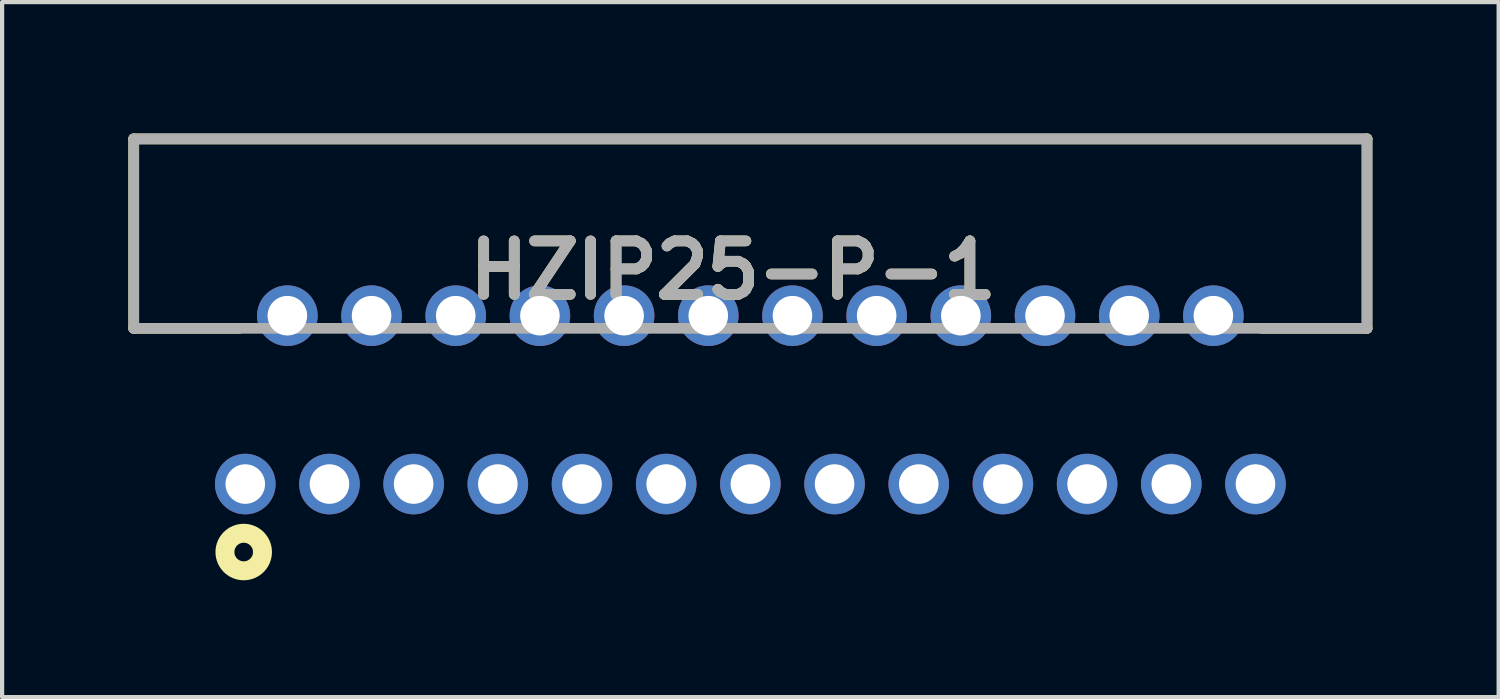
<source format=kicad_pcb>
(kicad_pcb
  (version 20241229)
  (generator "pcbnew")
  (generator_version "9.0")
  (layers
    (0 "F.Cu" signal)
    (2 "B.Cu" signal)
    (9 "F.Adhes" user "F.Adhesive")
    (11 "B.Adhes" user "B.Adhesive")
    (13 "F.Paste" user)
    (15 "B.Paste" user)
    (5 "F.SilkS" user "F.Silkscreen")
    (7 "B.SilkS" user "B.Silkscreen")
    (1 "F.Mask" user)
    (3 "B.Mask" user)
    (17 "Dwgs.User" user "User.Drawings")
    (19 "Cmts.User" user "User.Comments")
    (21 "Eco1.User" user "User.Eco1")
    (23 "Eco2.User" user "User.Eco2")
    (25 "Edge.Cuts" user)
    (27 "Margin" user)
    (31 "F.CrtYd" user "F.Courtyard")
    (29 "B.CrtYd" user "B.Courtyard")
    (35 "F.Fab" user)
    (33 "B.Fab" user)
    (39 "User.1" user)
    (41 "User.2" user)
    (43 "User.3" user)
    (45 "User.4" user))
  (footprint "HZIP25-P-1"
    (layer "F.Cu")
    (at 14.777 0.25)
    (property "Reference" "HZIP25-P-1" (at -0.409 3.119 0) (layer "F.SilkS") (effects (font (size 1.27 1.27) (thickness 0.254))))
    (attr through_hole)
    (fp_line (start -14.65 0) (end 14.65 0) (stroke (width 0.254) (type solid)) (layer "F.SilkS"))
    (fp_line (start -14.65 4.5) (end -14.65 0) (stroke (width 0.254) (type solid)) (layer "F.SilkS"))
    (fp_line (start -14.65 4.5) (end -12.141 4.5) (stroke (width 0.254) (type solid)) (layer "F.SilkS"))
    (fp_line (start 14.65 0) (end 14.65 4.5) (stroke (width 0.254) (type solid)) (layer "F.SilkS"))
    (fp_line (start 14.65 4.5) (end 12.141 4.5) (stroke (width 0.254) (type solid)) (layer "F.SilkS"))
    (fp_circle (center -12.037 9.815) (end -12.037 10.036) (stroke (width 0.45) (type solid)) (fill no) (layer "F.SilkS"))
    (fp_line (start -14.65 0) (end 14.65 0) (stroke (width 0.254) (type solid)) (layer "F.Fab"))
    (fp_line (start -14.65 4.5) (end -14.65 0) (stroke (width 0.254) (type solid)) (layer "F.Fab"))
    (fp_line (start 14.65 0) (end 14.65 4.5) (stroke (width 0.254) (type solid)) (layer "F.Fab"))
    (fp_line (start 14.65 4.5) (end -14.65 4.5) (stroke (width 0.254) (type solid)) (layer "F.Fab"))
    (fp_text user "${REFERENCE}" (at -0.409 3.119 0) (layer "F.Fab") (effects (font (size 1.27 1.27) (thickness 0.254))))
    (pad "1" thru_hole circle (at -12 8.2) (size 1.44 1.44) (drill 0.94) (layers "*.Cu" "*.Mask"))
    (pad "2" thru_hole circle (at -11 4.2) (size 1.44 1.44) (drill 0.94) (layers "*.Cu" "*.Mask"))
    (pad "3" thru_hole circle (at -10 8.2) (size 1.44 1.44) (drill 0.94) (layers "*.Cu" "*.Mask"))
    (pad "4" thru_hole circle (at -9 4.2) (size 1.44 1.44) (drill 0.94) (layers "*.Cu" "*.Mask"))
    (pad "5" thru_hole circle (at -8 8.2) (size 1.44 1.44) (drill 0.94) (layers "*.Cu" "*.Mask"))
    (pad "6" thru_hole circle (at -7 4.2) (size 1.44 1.44) (drill 0.94) (layers "*.Cu" "*.Mask"))
    (pad "7" thru_hole circle (at -6 8.2) (size 1.44 1.44) (drill 0.94) (layers "*.Cu" "*.Mask"))
    (pad "8" thru_hole circle (at -5 4.2) (size 1.44 1.44) (drill 0.94) (layers "*.Cu" "*.Mask"))
    (pad "9" thru_hole circle (at -4 8.2) (size 1.44 1.44) (drill 0.94) (layers "*.Cu" "*.Mask"))
    (pad "10" thru_hole circle (at -3 4.2) (size 1.44 1.44) (drill 0.94) (layers "*.Cu" "*.Mask"))
    (pad "11" thru_hole circle (at -2 8.2) (size 1.44 1.44) (drill 0.94) (layers "*.Cu" "*.Mask"))
    (pad "12" thru_hole circle (at -1 4.2) (size 1.44 1.44) (drill 0.94) (layers "*.Cu" "*.Mask"))
    (pad "13" thru_hole circle (at 0 8.2) (size 1.44 1.44) (drill 0.94) (layers "*.Cu" "*.Mask"))
    (pad "14" thru_hole circle (at 1 4.2) (size 1.44 1.44) (drill 0.94) (layers "*.Cu" "*.Mask"))
    (pad "15" thru_hole circle (at 2 8.2) (size 1.44 1.44) (drill 0.94) (layers "*.Cu" "*.Mask"))
    (pad "16" thru_hole circle (at 3 4.2) (size 1.44 1.44) (drill 0.94) (layers "*.Cu" "*.Mask"))
    (pad "17" thru_hole circle (at 4 8.2) (size 1.44 1.44) (drill 0.94) (layers "*.Cu" "*.Mask"))
    (pad "18" thru_hole circle (at 5 4.2) (size 1.44 1.44) (drill 0.94) (layers "*.Cu" "*.Mask"))
    (pad "19" thru_hole circle (at 6 8.2) (size 1.44 1.44) (drill 0.94) (layers "*.Cu" "*.Mask"))
    (pad "20" thru_hole circle (at 7 4.2) (size 1.44 1.44) (drill 0.94) (layers "*.Cu" "*.Mask"))
    (pad "21" thru_hole circle (at 8 8.2) (size 1.44 1.44) (drill 0.94) (layers "*.Cu" "*.Mask"))
    (pad "22" thru_hole circle (at 9 4.2) (size 1.44 1.44) (drill 0.94) (layers "*.Cu" "*.Mask"))
    (pad "23" thru_hole circle (at 10 8.2) (size 1.44 1.44) (drill 0.94) (layers "*.Cu" "*.Mask"))
    (pad "24" thru_hole circle (at 11 4.2) (size 1.44 1.44) (drill 0.94) (layers "*.Cu" "*.Mask"))
    (pad "25" thru_hole circle (at 12 8.2) (size 1.44 1.44) (drill 0.94) (layers "*.Cu" "*.Mask")))
  (gr_rect
    (start -3 -3)
    (end 32.554 13.511)
    (stroke (width 0.1) (type default))
    (fill no)
    (layer "Edge.Cuts")))
</source>
